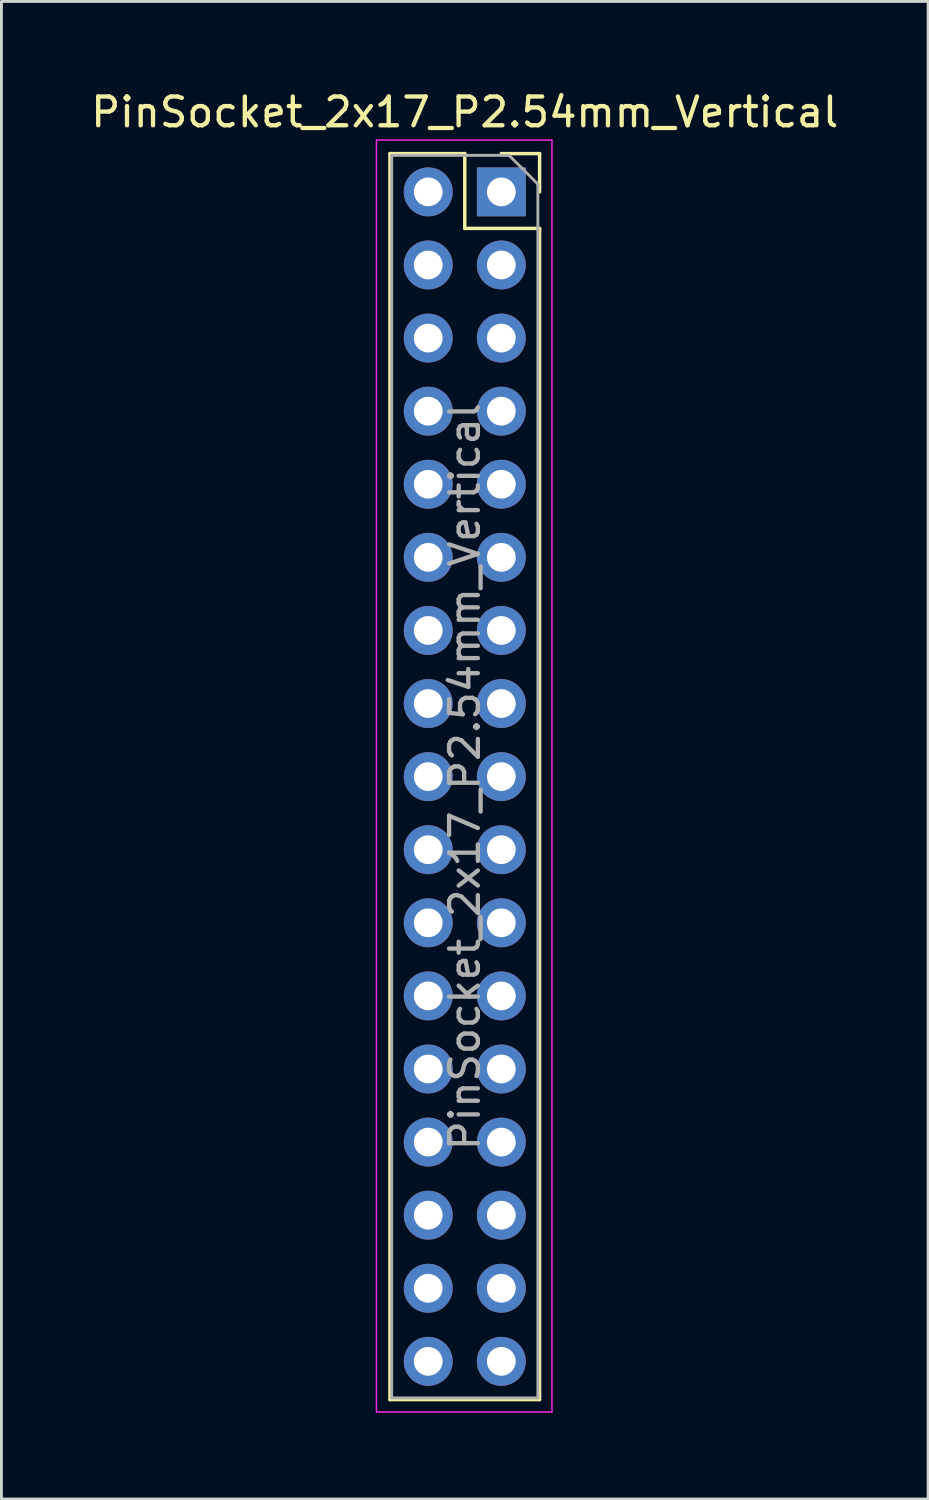
<source format=kicad_pcb>
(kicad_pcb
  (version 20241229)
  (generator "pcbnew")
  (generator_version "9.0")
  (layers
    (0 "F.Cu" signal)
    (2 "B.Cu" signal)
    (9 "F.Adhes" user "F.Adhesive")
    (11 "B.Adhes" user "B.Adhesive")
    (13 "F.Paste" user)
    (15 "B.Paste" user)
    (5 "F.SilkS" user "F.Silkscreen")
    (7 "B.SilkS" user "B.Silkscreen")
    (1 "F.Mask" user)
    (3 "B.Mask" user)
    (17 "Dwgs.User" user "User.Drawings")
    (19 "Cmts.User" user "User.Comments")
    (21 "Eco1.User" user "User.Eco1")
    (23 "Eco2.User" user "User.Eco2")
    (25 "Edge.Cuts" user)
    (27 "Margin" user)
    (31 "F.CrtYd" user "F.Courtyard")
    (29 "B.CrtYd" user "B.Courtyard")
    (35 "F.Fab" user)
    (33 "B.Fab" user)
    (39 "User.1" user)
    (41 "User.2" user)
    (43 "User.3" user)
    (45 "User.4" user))
  (footprint "PinSocket_2x17_P2.54mm_Vertical"
    (layer "F.Cu")
    (at 14.371 3.618)
    (property "Reference" "PinSocket_2x17_P2.54mm_Vertical" (at -1.27 -2.77 0) (layer "F.SilkS") (effects (font (size 1 1) (thickness 0.15))))
    (attr through_hole)
    (fp_line (start -3.87 -1.33) (end -3.87 41.97) (stroke (width 0.12) (type solid)) (layer "F.SilkS"))
    (fp_line (start -3.87 -1.33) (end -1.27 -1.33) (stroke (width 0.12) (type solid)) (layer "F.SilkS"))
    (fp_line (start -3.87 41.97) (end 1.33 41.97) (stroke (width 0.12) (type solid)) (layer "F.SilkS"))
    (fp_line (start -1.27 -1.33) (end -1.27 1.27) (stroke (width 0.12) (type solid)) (layer "F.SilkS"))
    (fp_line (start -1.27 1.27) (end 1.33 1.27) (stroke (width 0.12) (type solid)) (layer "F.SilkS"))
    (fp_line (start 0 -1.33) (end 1.33 -1.33) (stroke (width 0.12) (type solid)) (layer "F.SilkS"))
    (fp_line (start 1.33 -1.33) (end 1.33 0) (stroke (width 0.12) (type solid)) (layer "F.SilkS"))
    (fp_line (start 1.33 1.27) (end 1.33 41.97) (stroke (width 0.12) (type solid)) (layer "F.SilkS"))
    (fp_line (start -4.34 -1.8) (end 1.76 -1.8) (stroke (width 0.05) (type solid)) (layer "F.CrtYd"))
    (fp_line (start -4.34 42.4) (end -4.34 -1.8) (stroke (width 0.05) (type solid)) (layer "F.CrtYd"))
    (fp_line (start 1.76 -1.8) (end 1.76 42.4) (stroke (width 0.05) (type solid)) (layer "F.CrtYd"))
    (fp_line (start 1.76 42.4) (end -4.34 42.4) (stroke (width 0.05) (type solid)) (layer "F.CrtYd"))
    (fp_line (start -3.81 -1.27) (end 0.27 -1.27) (stroke (width 0.1) (type solid)) (layer "F.Fab"))
    (fp_line (start -3.81 41.91) (end -3.81 -1.27) (stroke (width 0.1) (type solid)) (layer "F.Fab"))
    (fp_line (start 0.27 -1.27) (end 1.27 -0.27) (stroke (width 0.1) (type solid)) (layer "F.Fab"))
    (fp_line (start 1.27 -0.27) (end 1.27 41.91) (stroke (width 0.1) (type solid)) (layer "F.Fab"))
    (fp_line (start 1.27 41.91) (end -3.81 41.91) (stroke (width 0.1) (type solid)) (layer "F.Fab"))
    (fp_text user "${REFERENCE}" (at -1.27 20.32 90) (layer "F.Fab") (effects (font (size 1 1) (thickness 0.15))))
    (pad "1" thru_hole rect (at 0 0) (size 1.7 1.7) (drill 1) (layers "*.Cu" "*.Mask"))
    (pad "2" thru_hole circle (at -2.54 0) (size 1.7 1.7) (drill 1) (layers "*.Cu" "*.Mask"))
    (pad "3" thru_hole circle (at 0 2.54) (size 1.7 1.7) (drill 1) (layers "*.Cu" "*.Mask"))
    (pad "4" thru_hole circle (at -2.54 2.54) (size 1.7 1.7) (drill 1) (layers "*.Cu" "*.Mask"))
    (pad "5" thru_hole circle (at 0 5.08) (size 1.7 1.7) (drill 1) (layers "*.Cu" "*.Mask"))
    (pad "6" thru_hole circle (at -2.54 5.08) (size 1.7 1.7) (drill 1) (layers "*.Cu" "*.Mask"))
    (pad "7" thru_hole circle (at 0 7.62) (size 1.7 1.7) (drill 1) (layers "*.Cu" "*.Mask"))
    (pad "8" thru_hole circle (at -2.54 7.62) (size 1.7 1.7) (drill 1) (layers "*.Cu" "*.Mask"))
    (pad "9" thru_hole circle (at 0 10.16) (size 1.7 1.7) (drill 1) (layers "*.Cu" "*.Mask"))
    (pad "10" thru_hole circle (at -2.54 10.16) (size 1.7 1.7) (drill 1) (layers "*.Cu" "*.Mask"))
    (pad "11" thru_hole circle (at 0 12.7) (size 1.7 1.7) (drill 1) (layers "*.Cu" "*.Mask"))
    (pad "12" thru_hole circle (at -2.54 12.7) (size 1.7 1.7) (drill 1) (layers "*.Cu" "*.Mask"))
    (pad "13" thru_hole circle (at 0 15.24) (size 1.7 1.7) (drill 1) (layers "*.Cu" "*.Mask"))
    (pad "14" thru_hole circle (at -2.54 15.24) (size 1.7 1.7) (drill 1) (layers "*.Cu" "*.Mask"))
    (pad "15" thru_hole circle (at 0 17.78) (size 1.7 1.7) (drill 1) (layers "*.Cu" "*.Mask"))
    (pad "16" thru_hole circle (at -2.54 17.78) (size 1.7 1.7) (drill 1) (layers "*.Cu" "*.Mask"))
    (pad "17" thru_hole circle (at 0 20.32) (size 1.7 1.7) (drill 1) (layers "*.Cu" "*.Mask"))
    (pad "18" thru_hole circle (at -2.54 20.32) (size 1.7 1.7) (drill 1) (layers "*.Cu" "*.Mask"))
    (pad "19" thru_hole circle (at 0 22.86) (size 1.7 1.7) (drill 1) (layers "*.Cu" "*.Mask"))
    (pad "20" thru_hole circle (at -2.54 22.86) (size 1.7 1.7) (drill 1) (layers "*.Cu" "*.Mask"))
    (pad "21" thru_hole circle (at 0 25.4) (size 1.7 1.7) (drill 1) (layers "*.Cu" "*.Mask"))
    (pad "22" thru_hole circle (at -2.54 25.4) (size 1.7 1.7) (drill 1) (layers "*.Cu" "*.Mask"))
    (pad "23" thru_hole circle (at 0 27.94) (size 1.7 1.7) (drill 1) (layers "*.Cu" "*.Mask"))
    (pad "24" thru_hole circle (at -2.54 27.94) (size 1.7 1.7) (drill 1) (layers "*.Cu" "*.Mask"))
    (pad "25" thru_hole circle (at 0 30.48) (size 1.7 1.7) (drill 1) (layers "*.Cu" "*.Mask"))
    (pad "26" thru_hole circle (at -2.54 30.48) (size 1.7 1.7) (drill 1) (layers "*.Cu" "*.Mask"))
    (pad "27" thru_hole circle (at 0 33.02) (size 1.7 1.7) (drill 1) (layers "*.Cu" "*.Mask"))
    (pad "28" thru_hole circle (at -2.54 33.02) (size 1.7 1.7) (drill 1) (layers "*.Cu" "*.Mask"))
    (pad "29" thru_hole circle (at 0 35.56) (size 1.7 1.7) (drill 1) (layers "*.Cu" "*.Mask"))
    (pad "30" thru_hole circle (at -2.54 35.56) (size 1.7 1.7) (drill 1) (layers "*.Cu" "*.Mask"))
    (pad "31" thru_hole circle (at 0 38.1) (size 1.7 1.7) (drill 1) (layers "*.Cu" "*.Mask"))
    (pad "32" thru_hole circle (at -2.54 38.1) (size 1.7 1.7) (drill 1) (layers "*.Cu" "*.Mask"))
    (pad "33" thru_hole circle (at 0 40.64) (size 1.7 1.7) (drill 1) (layers "*.Cu" "*.Mask"))
    (pad "34" thru_hole circle (at -2.54 40.64) (size 1.7 1.7) (drill 1) (layers "*.Cu" "*.Mask")))
  (gr_rect
    (start -3 -3)
    (end 29.202 49.043)
    (stroke (width 0.1) (type default))
    (fill no)
    (layer "Edge.Cuts")))
</source>
